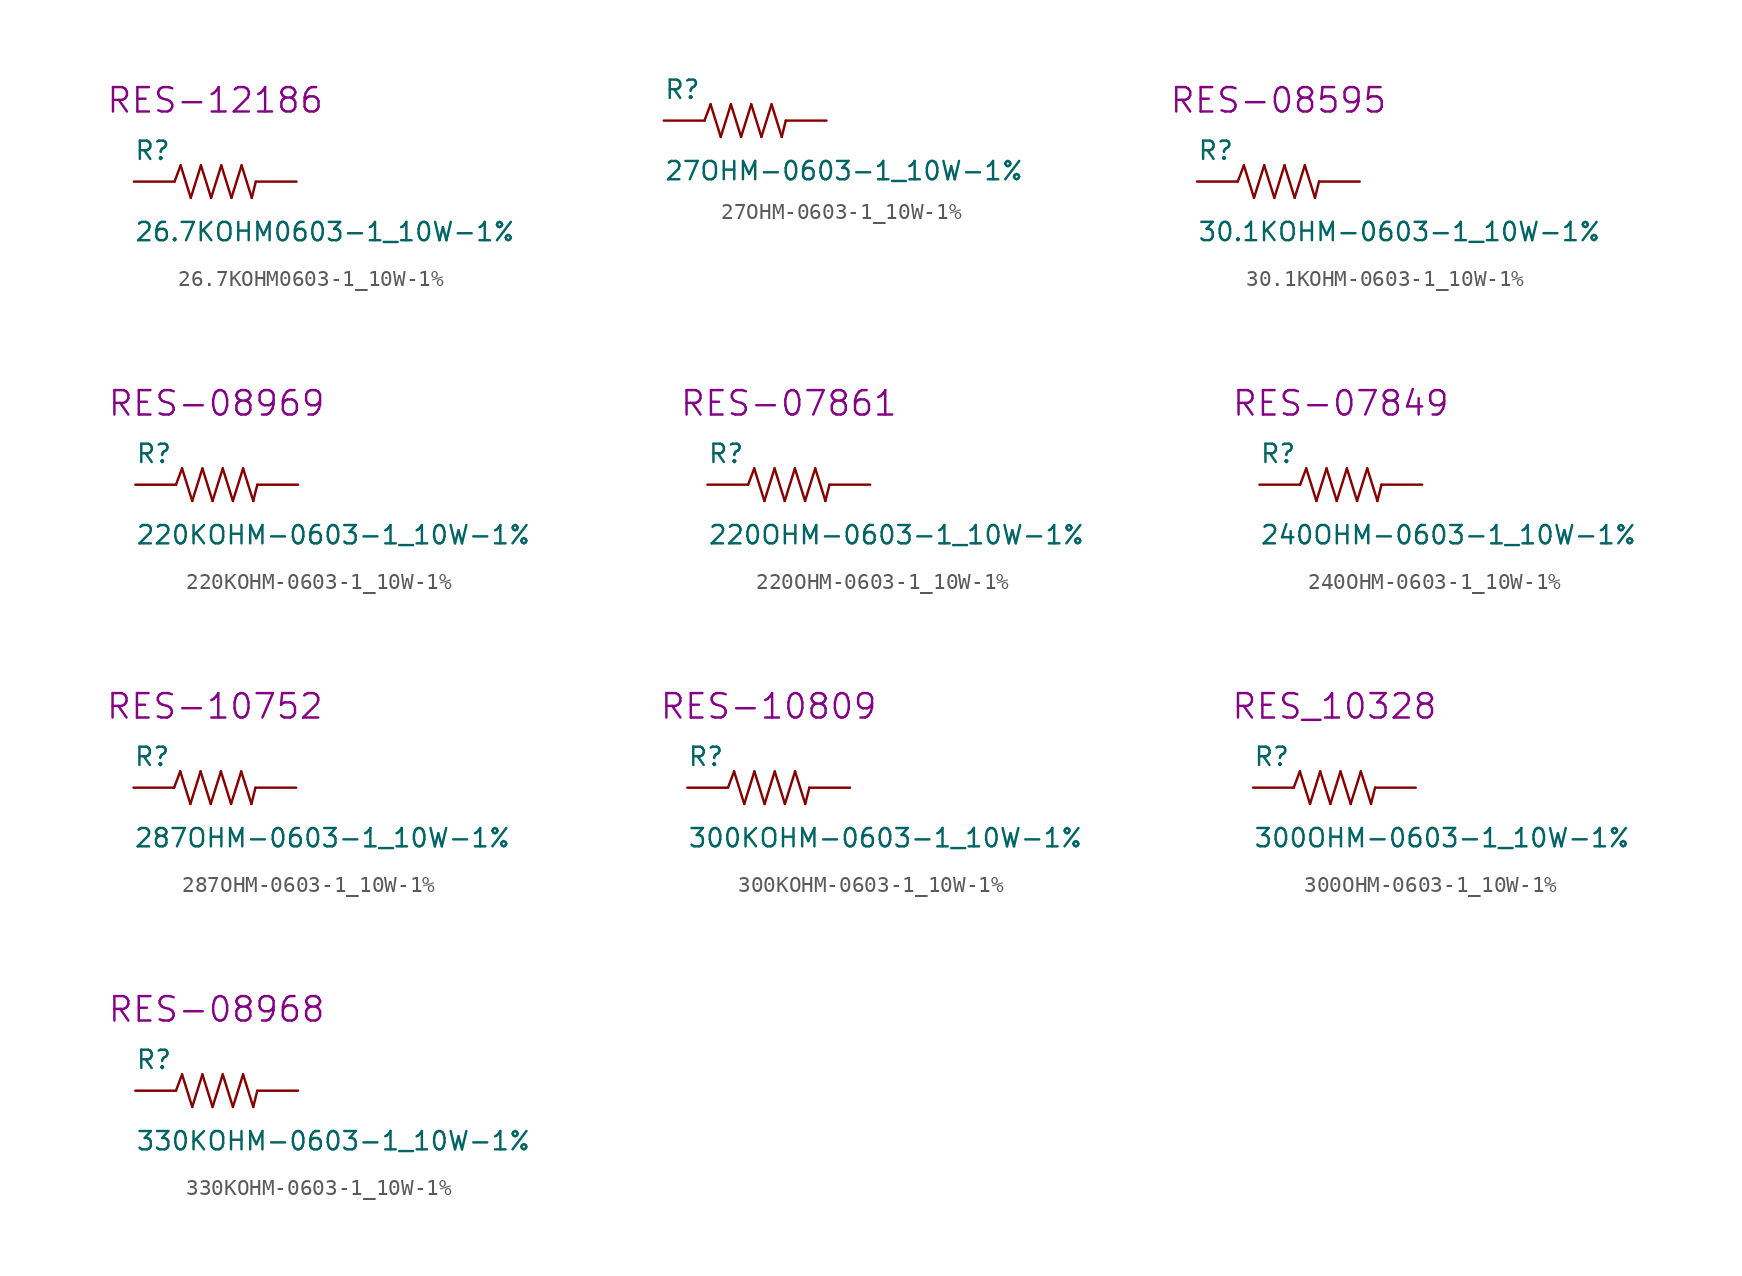
<source format=kicad_sym>
(kicad_symbol_lib
  (version 20220914)
  (generator kicad_symbol_editor)
  (symbol "26.7KOHM0603-1_10W-1%"
    (pin_numbers hide)
    (pin_names
      (offset 1.016) hide)
    (property "Reference" "R"
      (at -5.08 1.27 0)
      (effects (font (size 1.143 1.143)) (justify left bottom)))
    (property "Value" "26.7KOHM0603-1_10W-1%"
      (at -5.08 -3.81 0)
      (effects (font (size 1.143 1.143)) (justify left bottom)))
    (property "Field4" "RES-12186"
      (at 0 5.08 0)
      (effects (font (size 1.524 1.524))))
    (property "ki_locked" ""
      (at 0 0 0)
      (effects (font (size 1.27 1.27))))
    (symbol "26.7KOHM0603-1_10W-1%_1_0"
      (polyline (pts (xy -2.54 0) (xy -2.159 1.016)) (stroke (width 0) (type solid)) (fill (type none)))
      (polyline (pts (xy -2.159 1.016) (xy -1.524 -1.016)) (stroke (width 0) (type solid)) (fill (type none)))
      (polyline (pts (xy -1.524 -1.016) (xy -0.889 1.016)) (stroke (width 0) (type solid)) (fill (type none)))
      (polyline (pts (xy -0.889 1.016) (xy -0.254 -1.016)) (stroke (width 0) (type solid)) (fill (type none)))
      (polyline (pts (xy -0.254 -1.016) (xy 0.381 1.016)) (stroke (width 0) (type solid)) (fill (type none)))
      (polyline (pts (xy 0.381 1.016) (xy 1.016 -1.016)) (stroke (width 0) (type solid)) (fill (type none)))
      (polyline (pts (xy 1.016 -1.016) (xy 1.651 1.016)) (stroke (width 0) (type solid)) (fill (type none)))
      (polyline (pts (xy 1.651 1.016) (xy 2.286 -1.016)) (stroke (width 0) (type solid)) (fill (type none)))
      (polyline (pts (xy 2.286 -1.016) (xy 2.54 0)) (stroke (width 0) (type solid)) (fill (type none))))
    (symbol "26.7KOHM0603-1_10W-1%_1_1"
      (pin passive line (at -5.08 0 0) (length 2.54) (name "1" (effects (font (size 1.016 1.016)))) (number "1" (effects (font (size 1.016 1.016)))))
      (pin passive line (at 5.08 0 180) (length 2.54) (name "2" (effects (font (size 1.016 1.016)))) (number "2" (effects (font (size 1.016 1.016)))))))
  (symbol "27OHM-0603-1_10W-1%"
    (pin_numbers hide)
    (pin_names
      (offset 1.016) hide)
    (property "Reference" "R"
      (at -5.08 1.27 0)
      (effects (font (size 1.143 1.143)) (justify left bottom)))
    (property "Value" "27OHM-0603-1_10W-1%"
      (at -5.08 -3.81 0)
      (effects (font (size 1.143 1.143)) (justify left bottom)))
    (property "ki_locked" ""
      (at 0 0 0)
      (effects (font (size 1.27 1.27))))
    (symbol "27OHM-0603-1_10W-1%_1_0"
      (polyline (pts (xy -2.54 0) (xy -2.159 1.016)) (stroke (width 0) (type solid)) (fill (type none)))
      (polyline (pts (xy -2.159 1.016) (xy -1.524 -1.016)) (stroke (width 0) (type solid)) (fill (type none)))
      (polyline (pts (xy -1.524 -1.016) (xy -0.889 1.016)) (stroke (width 0) (type solid)) (fill (type none)))
      (polyline (pts (xy -0.889 1.016) (xy -0.254 -1.016)) (stroke (width 0) (type solid)) (fill (type none)))
      (polyline (pts (xy -0.254 -1.016) (xy 0.381 1.016)) (stroke (width 0) (type solid)) (fill (type none)))
      (polyline (pts (xy 0.381 1.016) (xy 1.016 -1.016)) (stroke (width 0) (type solid)) (fill (type none)))
      (polyline (pts (xy 1.016 -1.016) (xy 1.651 1.016)) (stroke (width 0) (type solid)) (fill (type none)))
      (polyline (pts (xy 1.651 1.016) (xy 2.286 -1.016)) (stroke (width 0) (type solid)) (fill (type none)))
      (polyline (pts (xy 2.286 -1.016) (xy 2.54 0)) (stroke (width 0) (type solid)) (fill (type none))))
    (symbol "27OHM-0603-1_10W-1%_1_1"
      (pin passive line (at -5.08 0 0) (length 2.54) (name "1" (effects (font (size 1.016 1.016)))) (number "1" (effects (font (size 1.016 1.016)))))
      (pin passive line (at 5.08 0 180) (length 2.54) (name "2" (effects (font (size 1.016 1.016)))) (number "2" (effects (font (size 1.016 1.016)))))))
  (symbol "30.1KOHM-0603-1_10W-1%"
    (pin_numbers hide)
    (pin_names
      (offset 1.016) hide)
    (property "Reference" "R"
      (at -5.08 1.27 0)
      (effects (font (size 1.143 1.143)) (justify left bottom)))
    (property "Value" "30.1KOHM-0603-1_10W-1%"
      (at -5.08 -3.81 0)
      (effects (font (size 1.143 1.143)) (justify left bottom)))
    (property "Field4" "RES-08595"
      (at 0 5.08 0)
      (effects (font (size 1.524 1.524))))
    (property "ki_locked" ""
      (at 0 0 0)
      (effects (font (size 1.27 1.27))))
    (symbol "30.1KOHM-0603-1_10W-1%_1_0"
      (polyline (pts (xy -2.54 0) (xy -2.159 1.016)) (stroke (width 0) (type solid)) (fill (type none)))
      (polyline (pts (xy -2.159 1.016) (xy -1.524 -1.016)) (stroke (width 0) (type solid)) (fill (type none)))
      (polyline (pts (xy -1.524 -1.016) (xy -0.889 1.016)) (stroke (width 0) (type solid)) (fill (type none)))
      (polyline (pts (xy -0.889 1.016) (xy -0.254 -1.016)) (stroke (width 0) (type solid)) (fill (type none)))
      (polyline (pts (xy -0.254 -1.016) (xy 0.381 1.016)) (stroke (width 0) (type solid)) (fill (type none)))
      (polyline (pts (xy 0.381 1.016) (xy 1.016 -1.016)) (stroke (width 0) (type solid)) (fill (type none)))
      (polyline (pts (xy 1.016 -1.016) (xy 1.651 1.016)) (stroke (width 0) (type solid)) (fill (type none)))
      (polyline (pts (xy 1.651 1.016) (xy 2.286 -1.016)) (stroke (width 0) (type solid)) (fill (type none)))
      (polyline (pts (xy 2.286 -1.016) (xy 2.54 0)) (stroke (width 0) (type solid)) (fill (type none))))
    (symbol "30.1KOHM-0603-1_10W-1%_1_1"
      (pin passive line (at -5.08 0 0) (length 2.54) (name "1" (effects (font (size 1.016 1.016)))) (number "1" (effects (font (size 1.016 1.016)))))
      (pin passive line (at 5.08 0 180) (length 2.54) (name "2" (effects (font (size 1.016 1.016)))) (number "2" (effects (font (size 1.016 1.016)))))))
  (symbol "220KOHM-0603-1_10W-1%"
    (pin_numbers hide)
    (pin_names
      (offset 1.016) hide)
    (property "Reference" "R"
      (at -5.08 1.27 0)
      (effects (font (size 1.143 1.143)) (justify left bottom)))
    (property "Value" "220KOHM-0603-1_10W-1%"
      (at -5.08 -3.81 0)
      (effects (font (size 1.143 1.143)) (justify left bottom)))
    (property "Field4" "RES-08969"
      (at 0 5.08 0)
      (effects (font (size 1.524 1.524))))
    (property "ki_locked" ""
      (at 0 0 0)
      (effects (font (size 1.27 1.27))))
    (symbol "220KOHM-0603-1_10W-1%_1_0"
      (polyline (pts (xy -2.54 0) (xy -2.159 1.016)) (stroke (width 0) (type solid)) (fill (type none)))
      (polyline (pts (xy -2.159 1.016) (xy -1.524 -1.016)) (stroke (width 0) (type solid)) (fill (type none)))
      (polyline (pts (xy -1.524 -1.016) (xy -0.889 1.016)) (stroke (width 0) (type solid)) (fill (type none)))
      (polyline (pts (xy -0.889 1.016) (xy -0.254 -1.016)) (stroke (width 0) (type solid)) (fill (type none)))
      (polyline (pts (xy -0.254 -1.016) (xy 0.381 1.016)) (stroke (width 0) (type solid)) (fill (type none)))
      (polyline (pts (xy 0.381 1.016) (xy 1.016 -1.016)) (stroke (width 0) (type solid)) (fill (type none)))
      (polyline (pts (xy 1.016 -1.016) (xy 1.651 1.016)) (stroke (width 0) (type solid)) (fill (type none)))
      (polyline (pts (xy 1.651 1.016) (xy 2.286 -1.016)) (stroke (width 0) (type solid)) (fill (type none)))
      (polyline (pts (xy 2.286 -1.016) (xy 2.54 0)) (stroke (width 0) (type solid)) (fill (type none))))
    (symbol "220KOHM-0603-1_10W-1%_1_1"
      (pin passive line (at -5.08 0 0) (length 2.54) (name "1" (effects (font (size 1.016 1.016)))) (number "1" (effects (font (size 1.016 1.016)))))
      (pin passive line (at 5.08 0 180) (length 2.54) (name "2" (effects (font (size 1.016 1.016)))) (number "2" (effects (font (size 1.016 1.016)))))))
  (symbol "220OHM-0603-1_10W-1%"
    (pin_numbers hide)
    (pin_names
      (offset 1.016) hide)
    (property "Reference" "R"
      (at -5.08 1.27 0)
      (effects (font (size 1.143 1.143)) (justify left bottom)))
    (property "Value" "220OHM-0603-1_10W-1%"
      (at -5.08 -3.81 0)
      (effects (font (size 1.143 1.143)) (justify left bottom)))
    (property "Field4" "RES-07861"
      (at 0 5.08 0)
      (effects (font (size 1.524 1.524))))
    (property "ki_locked" ""
      (at 0 0 0)
      (effects (font (size 1.27 1.27))))
    (symbol "220OHM-0603-1_10W-1%_1_0"
      (polyline (pts (xy -2.54 0) (xy -2.159 1.016)) (stroke (width 0) (type solid)) (fill (type none)))
      (polyline (pts (xy -2.159 1.016) (xy -1.524 -1.016)) (stroke (width 0) (type solid)) (fill (type none)))
      (polyline (pts (xy -1.524 -1.016) (xy -0.889 1.016)) (stroke (width 0) (type solid)) (fill (type none)))
      (polyline (pts (xy -0.889 1.016) (xy -0.254 -1.016)) (stroke (width 0) (type solid)) (fill (type none)))
      (polyline (pts (xy -0.254 -1.016) (xy 0.381 1.016)) (stroke (width 0) (type solid)) (fill (type none)))
      (polyline (pts (xy 0.381 1.016) (xy 1.016 -1.016)) (stroke (width 0) (type solid)) (fill (type none)))
      (polyline (pts (xy 1.016 -1.016) (xy 1.651 1.016)) (stroke (width 0) (type solid)) (fill (type none)))
      (polyline (pts (xy 1.651 1.016) (xy 2.286 -1.016)) (stroke (width 0) (type solid)) (fill (type none)))
      (polyline (pts (xy 2.286 -1.016) (xy 2.54 0)) (stroke (width 0) (type solid)) (fill (type none))))
    (symbol "220OHM-0603-1_10W-1%_1_1"
      (pin passive line (at -5.08 0 0) (length 2.54) (name "1" (effects (font (size 1.016 1.016)))) (number "1" (effects (font (size 1.016 1.016)))))
      (pin passive line (at 5.08 0 180) (length 2.54) (name "2" (effects (font (size 1.016 1.016)))) (number "2" (effects (font (size 1.016 1.016)))))))
  (symbol "240OHM-0603-1_10W-1%"
    (pin_numbers hide)
    (pin_names
      (offset 1.016) hide)
    (property "Reference" "R"
      (at -5.08 1.27 0)
      (effects (font (size 1.143 1.143)) (justify left bottom)))
    (property "Value" "240OHM-0603-1_10W-1%"
      (at -5.08 -3.81 0)
      (effects (font (size 1.143 1.143)) (justify left bottom)))
    (property "Field4" "RES-07849"
      (at 0 5.08 0)
      (effects (font (size 1.524 1.524))))
    (property "ki_locked" ""
      (at 0 0 0)
      (effects (font (size 1.27 1.27))))
    (symbol "240OHM-0603-1_10W-1%_1_0"
      (polyline (pts (xy -2.54 0) (xy -2.159 1.016)) (stroke (width 0) (type solid)) (fill (type none)))
      (polyline (pts (xy -2.159 1.016) (xy -1.524 -1.016)) (stroke (width 0) (type solid)) (fill (type none)))
      (polyline (pts (xy -1.524 -1.016) (xy -0.889 1.016)) (stroke (width 0) (type solid)) (fill (type none)))
      (polyline (pts (xy -0.889 1.016) (xy -0.254 -1.016)) (stroke (width 0) (type solid)) (fill (type none)))
      (polyline (pts (xy -0.254 -1.016) (xy 0.381 1.016)) (stroke (width 0) (type solid)) (fill (type none)))
      (polyline (pts (xy 0.381 1.016) (xy 1.016 -1.016)) (stroke (width 0) (type solid)) (fill (type none)))
      (polyline (pts (xy 1.016 -1.016) (xy 1.651 1.016)) (stroke (width 0) (type solid)) (fill (type none)))
      (polyline (pts (xy 1.651 1.016) (xy 2.286 -1.016)) (stroke (width 0) (type solid)) (fill (type none)))
      (polyline (pts (xy 2.286 -1.016) (xy 2.54 0)) (stroke (width 0) (type solid)) (fill (type none))))
    (symbol "240OHM-0603-1_10W-1%_1_1"
      (pin passive line (at -5.08 0 0) (length 2.54) (name "1" (effects (font (size 1.016 1.016)))) (number "1" (effects (font (size 1.016 1.016)))))
      (pin passive line (at 5.08 0 180) (length 2.54) (name "2" (effects (font (size 1.016 1.016)))) (number "2" (effects (font (size 1.016 1.016)))))))
  (symbol "287OHM-0603-1_10W-1%"
    (pin_numbers hide)
    (pin_names
      (offset 1.016) hide)
    (property "Reference" "R"
      (at -5.08 1.27 0)
      (effects (font (size 1.143 1.143)) (justify left bottom)))
    (property "Value" "287OHM-0603-1_10W-1%"
      (at -5.08 -3.81 0)
      (effects (font (size 1.143 1.143)) (justify left bottom)))
    (property "Field4" "RES-10752"
      (at 0 5.08 0)
      (effects (font (size 1.524 1.524))))
    (property "ki_locked" ""
      (at 0 0 0)
      (effects (font (size 1.27 1.27))))
    (symbol "287OHM-0603-1_10W-1%_1_0"
      (polyline (pts (xy -2.54 0) (xy -2.159 1.016)) (stroke (width 0) (type solid)) (fill (type none)))
      (polyline (pts (xy -2.159 1.016) (xy -1.524 -1.016)) (stroke (width 0) (type solid)) (fill (type none)))
      (polyline (pts (xy -1.524 -1.016) (xy -0.889 1.016)) (stroke (width 0) (type solid)) (fill (type none)))
      (polyline (pts (xy -0.889 1.016) (xy -0.254 -1.016)) (stroke (width 0) (type solid)) (fill (type none)))
      (polyline (pts (xy -0.254 -1.016) (xy 0.381 1.016)) (stroke (width 0) (type solid)) (fill (type none)))
      (polyline (pts (xy 0.381 1.016) (xy 1.016 -1.016)) (stroke (width 0) (type solid)) (fill (type none)))
      (polyline (pts (xy 1.016 -1.016) (xy 1.651 1.016)) (stroke (width 0) (type solid)) (fill (type none)))
      (polyline (pts (xy 1.651 1.016) (xy 2.286 -1.016)) (stroke (width 0) (type solid)) (fill (type none)))
      (polyline (pts (xy 2.286 -1.016) (xy 2.54 0)) (stroke (width 0) (type solid)) (fill (type none))))
    (symbol "287OHM-0603-1_10W-1%_1_1"
      (pin passive line (at -5.08 0 0) (length 2.54) (name "1" (effects (font (size 1.016 1.016)))) (number "1" (effects (font (size 1.016 1.016)))))
      (pin passive line (at 5.08 0 180) (length 2.54) (name "2" (effects (font (size 1.016 1.016)))) (number "2" (effects (font (size 1.016 1.016)))))))
  (symbol "300KOHM-0603-1_10W-1%"
    (pin_numbers hide)
    (pin_names
      (offset 1.016) hide)
    (property "Reference" "R"
      (at -5.08 1.27 0)
      (effects (font (size 1.143 1.143)) (justify left bottom)))
    (property "Value" "300KOHM-0603-1_10W-1%"
      (at -5.08 -3.81 0)
      (effects (font (size 1.143 1.143)) (justify left bottom)))
    (property "Field4" "RES-10809"
      (at 0 5.08 0)
      (effects (font (size 1.524 1.524))))
    (property "ki_locked" ""
      (at 0 0 0)
      (effects (font (size 1.27 1.27))))
    (symbol "300KOHM-0603-1_10W-1%_1_0"
      (polyline (pts (xy -2.54 0) (xy -2.159 1.016)) (stroke (width 0) (type solid)) (fill (type none)))
      (polyline (pts (xy -2.159 1.016) (xy -1.524 -1.016)) (stroke (width 0) (type solid)) (fill (type none)))
      (polyline (pts (xy -1.524 -1.016) (xy -0.889 1.016)) (stroke (width 0) (type solid)) (fill (type none)))
      (polyline (pts (xy -0.889 1.016) (xy -0.254 -1.016)) (stroke (width 0) (type solid)) (fill (type none)))
      (polyline (pts (xy -0.254 -1.016) (xy 0.381 1.016)) (stroke (width 0) (type solid)) (fill (type none)))
      (polyline (pts (xy 0.381 1.016) (xy 1.016 -1.016)) (stroke (width 0) (type solid)) (fill (type none)))
      (polyline (pts (xy 1.016 -1.016) (xy 1.651 1.016)) (stroke (width 0) (type solid)) (fill (type none)))
      (polyline (pts (xy 1.651 1.016) (xy 2.286 -1.016)) (stroke (width 0) (type solid)) (fill (type none)))
      (polyline (pts (xy 2.286 -1.016) (xy 2.54 0)) (stroke (width 0) (type solid)) (fill (type none))))
    (symbol "300KOHM-0603-1_10W-1%_1_1"
      (pin passive line (at -5.08 0 0) (length 2.54) (name "1" (effects (font (size 1.016 1.016)))) (number "1" (effects (font (size 1.016 1.016)))))
      (pin passive line (at 5.08 0 180) (length 2.54) (name "2" (effects (font (size 1.016 1.016)))) (number "2" (effects (font (size 1.016 1.016)))))))
  (symbol "300OHM-0603-1_10W-1%"
    (pin_numbers hide)
    (pin_names
      (offset 1.016) hide)
    (property "Reference" "R"
      (at -5.08 1.27 0)
      (effects (font (size 1.143 1.143)) (justify left bottom)))
    (property "Value" "300OHM-0603-1_10W-1%"
      (at -5.08 -3.81 0)
      (effects (font (size 1.143 1.143)) (justify left bottom)))
    (property "Field4" "RES_10328"
      (at 0 5.08 0)
      (effects (font (size 1.524 1.524))))
    (property "ki_locked" ""
      (at 0 0 0)
      (effects (font (size 1.27 1.27))))
    (symbol "300OHM-0603-1_10W-1%_1_0"
      (polyline (pts (xy -2.54 0) (xy -2.159 1.016)) (stroke (width 0) (type solid)) (fill (type none)))
      (polyline (pts (xy -2.159 1.016) (xy -1.524 -1.016)) (stroke (width 0) (type solid)) (fill (type none)))
      (polyline (pts (xy -1.524 -1.016) (xy -0.889 1.016)) (stroke (width 0) (type solid)) (fill (type none)))
      (polyline (pts (xy -0.889 1.016) (xy -0.254 -1.016)) (stroke (width 0) (type solid)) (fill (type none)))
      (polyline (pts (xy -0.254 -1.016) (xy 0.381 1.016)) (stroke (width 0) (type solid)) (fill (type none)))
      (polyline (pts (xy 0.381 1.016) (xy 1.016 -1.016)) (stroke (width 0) (type solid)) (fill (type none)))
      (polyline (pts (xy 1.016 -1.016) (xy 1.651 1.016)) (stroke (width 0) (type solid)) (fill (type none)))
      (polyline (pts (xy 1.651 1.016) (xy 2.286 -1.016)) (stroke (width 0) (type solid)) (fill (type none)))
      (polyline (pts (xy 2.286 -1.016) (xy 2.54 0)) (stroke (width 0) (type solid)) (fill (type none))))
    (symbol "300OHM-0603-1_10W-1%_1_1"
      (pin passive line (at -5.08 0 0) (length 2.54) (name "1" (effects (font (size 1.016 1.016)))) (number "1" (effects (font (size 1.016 1.016)))))
      (pin passive line (at 5.08 0 180) (length 2.54) (name "2" (effects (font (size 1.016 1.016)))) (number "2" (effects (font (size 1.016 1.016)))))))
  (symbol "330KOHM-0603-1_10W-1%"
    (pin_numbers hide)
    (pin_names
      (offset 1.016) hide)
    (property "Reference" "R"
      (at -5.08 1.27 0)
      (effects (font (size 1.143 1.143)) (justify left bottom)))
    (property "Value" "330KOHM-0603-1_10W-1%"
      (at -5.08 -3.81 0)
      (effects (font (size 1.143 1.143)) (justify left bottom)))
    (property "Field4" "RES-08968"
      (at 0 5.08 0)
      (effects (font (size 1.524 1.524))))
    (property "ki_locked" ""
      (at 0 0 0)
      (effects (font (size 1.27 1.27))))
    (symbol "330KOHM-0603-1_10W-1%_1_0"
      (polyline (pts (xy -2.54 0) (xy -2.159 1.016)) (stroke (width 0) (type solid)) (fill (type none)))
      (polyline (pts (xy -2.159 1.016) (xy -1.524 -1.016)) (stroke (width 0) (type solid)) (fill (type none)))
      (polyline (pts (xy -1.524 -1.016) (xy -0.889 1.016)) (stroke (width 0) (type solid)) (fill (type none)))
      (polyline (pts (xy -0.889 1.016) (xy -0.254 -1.016)) (stroke (width 0) (type solid)) (fill (type none)))
      (polyline (pts (xy -0.254 -1.016) (xy 0.381 1.016)) (stroke (width 0) (type solid)) (fill (type none)))
      (polyline (pts (xy 0.381 1.016) (xy 1.016 -1.016)) (stroke (width 0) (type solid)) (fill (type none)))
      (polyline (pts (xy 1.016 -1.016) (xy 1.651 1.016)) (stroke (width 0) (type solid)) (fill (type none)))
      (polyline (pts (xy 1.651 1.016) (xy 2.286 -1.016)) (stroke (width 0) (type solid)) (fill (type none)))
      (polyline (pts (xy 2.286 -1.016) (xy 2.54 0)) (stroke (width 0) (type solid)) (fill (type none))))
    (symbol "330KOHM-0603-1_10W-1%_1_1"
      (pin passive line (at -5.08 0 0) (length 2.54) (name "1" (effects (font (size 1.016 1.016)))) (number "1" (effects (font (size 1.016 1.016)))))
      (pin passive line (at 5.08 0 180) (length 2.54) (name "2" (effects (font (size 1.016 1.016)))) (number "2" (effects (font (size 1.016 1.016))))))))
</source>
